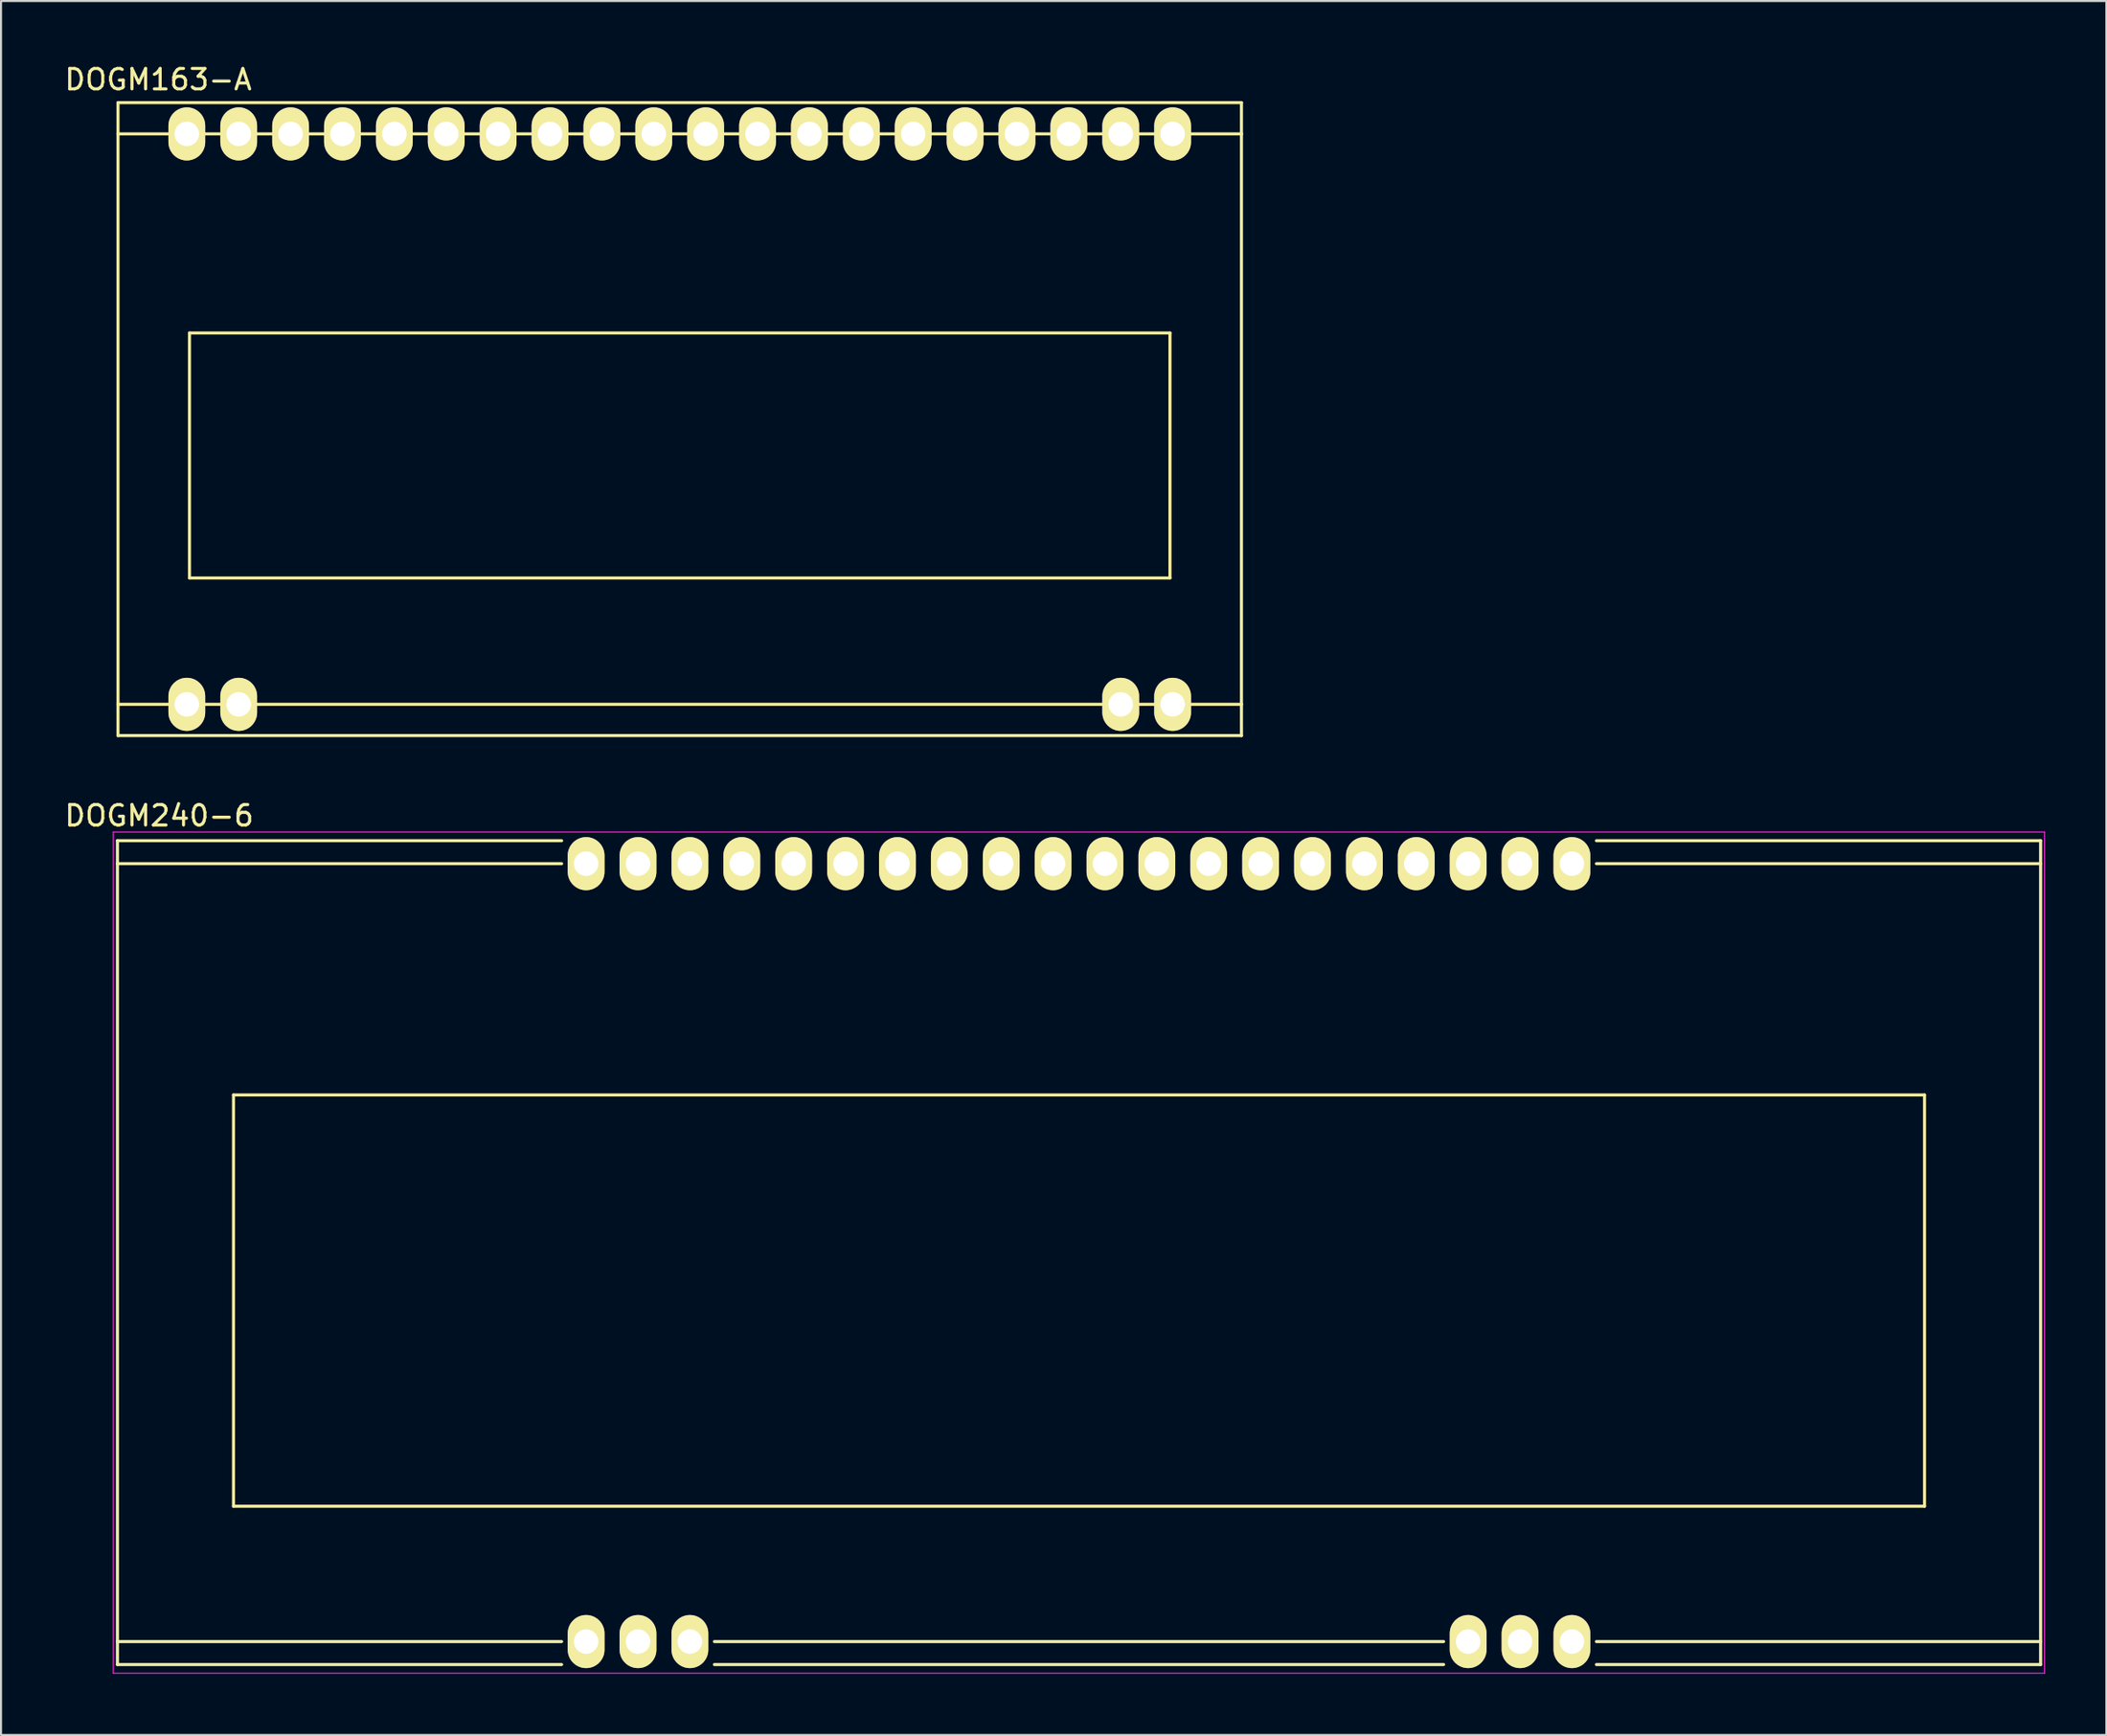
<source format=kicad_pcb>
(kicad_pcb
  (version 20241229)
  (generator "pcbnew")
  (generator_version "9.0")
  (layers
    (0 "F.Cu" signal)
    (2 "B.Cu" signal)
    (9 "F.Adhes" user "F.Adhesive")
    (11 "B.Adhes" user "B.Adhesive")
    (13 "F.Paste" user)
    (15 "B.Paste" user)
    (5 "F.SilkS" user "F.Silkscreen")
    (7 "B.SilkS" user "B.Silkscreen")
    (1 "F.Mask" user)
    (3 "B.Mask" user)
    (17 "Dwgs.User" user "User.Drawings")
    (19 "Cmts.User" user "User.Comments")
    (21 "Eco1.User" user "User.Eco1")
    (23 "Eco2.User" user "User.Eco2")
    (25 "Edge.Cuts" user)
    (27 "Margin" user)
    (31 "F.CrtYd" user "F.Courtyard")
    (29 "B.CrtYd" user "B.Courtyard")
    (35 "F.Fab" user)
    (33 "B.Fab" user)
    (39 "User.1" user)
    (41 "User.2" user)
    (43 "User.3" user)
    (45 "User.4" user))
  (footprint "DOGM240-6"
    (layer "F.Cu")
    (at 25.644 77.352)
    (property "Reference" "DOGM240-6" (at -20.9 -40.45 0) (layer "F.SilkS") (effects (font (size 1 1) (thickness 0.15))))
    (attr through_hole)
    (fp_line (start -22.945 -39.225) (end -1.2 -39.225) (stroke (width 0.15) (type solid)) (layer "F.SilkS"))
    (fp_line (start -22.945 -38.1) (end -1.2 -38.1) (stroke (width 0.15) (type solid)) (layer "F.SilkS"))
    (fp_line (start -22.945 1.125) (end -22.945 -39.225) (stroke (width 0.15) (type solid)) (layer "F.SilkS"))
    (fp_line (start -17.262 -26.773) (end 65.522 -26.773) (stroke (width 0.15) (type solid)) (layer "F.SilkS"))
    (fp_line (start -17.262 -6.628) (end -17.262 -26.773) (stroke (width 0.15) (type solid)) (layer "F.SilkS"))
    (fp_line (start -1.2 0) (end -22.945 0) (stroke (width 0.15) (type solid)) (layer "F.SilkS"))
    (fp_line (start -1.2 1.125) (end -22.945 1.125) (stroke (width 0.15) (type solid)) (layer "F.SilkS"))
    (fp_line (start 6.28 0) (end 41.98 0) (stroke (width 0.15) (type solid)) (layer "F.SilkS"))
    (fp_line (start 6.28 1.125) (end 41.98 1.125) (stroke (width 0.15) (type solid)) (layer "F.SilkS"))
    (fp_line (start 49.46 -39.225) (end 71.205 -39.225) (stroke (width 0.15) (type solid)) (layer "F.SilkS"))
    (fp_line (start 49.46 0) (end 71.205 0) (stroke (width 0.15) (type solid)) (layer "F.SilkS"))
    (fp_line (start 49.46 1.125) (end 71.205 1.125) (stroke (width 0.15) (type solid)) (layer "F.SilkS"))
    (fp_line (start 65.522 -26.773) (end 65.522 -6.628) (stroke (width 0.15) (type solid)) (layer "F.SilkS"))
    (fp_line (start 65.522 -6.628) (end -17.262 -6.628) (stroke (width 0.15) (type solid)) (layer "F.SilkS"))
    (fp_line (start 71.205 -39.225) (end 71.205 1.125) (stroke (width 0.15) (type solid)) (layer "F.SilkS"))
    (fp_line (start 71.205 -38.1) (end 49.46 -38.1) (stroke (width 0.15) (type solid)) (layer "F.SilkS"))
    (fp_line (start -23.15 -39.65) (end -23.15 1.55) (stroke (width 0.05) (type solid)) (layer "F.CrtYd"))
    (fp_line (start -23.15 -39.65) (end 71.4 -39.65) (stroke (width 0.05) (type solid)) (layer "F.CrtYd"))
    (fp_line (start -23.15 1.55) (end 71.4 1.55) (stroke (width 0.05) (type solid)) (layer "F.CrtYd"))
    (fp_line (start 71.4 -39.65) (end 71.4 1.55) (stroke (width 0.05) (type solid)) (layer "F.CrtYd"))
    (pad "1" thru_hole oval (at 0 0) (size 1.8 2.6) (drill 1.2) (layers "*.Cu" "*.Mask" "F.SilkS"))
    (pad "2" thru_hole oval (at 2.54 0) (size 1.8 2.6) (drill 1.2) (layers "*.Cu" "*.Mask" "F.SilkS"))
    (pad "3" thru_hole oval (at 5.08 0) (size 1.8 2.6) (drill 1.2) (layers "*.Cu" "*.Mask" "F.SilkS"))
    (pad "18" thru_hole oval (at 43.18 0) (size 1.8 2.6) (drill 1.2) (layers "*.Cu" "*.Mask" "F.SilkS"))
    (pad "19" thru_hole oval (at 45.72 0) (size 1.8 2.6) (drill 1.2) (layers "*.Cu" "*.Mask" "F.SilkS"))
    (pad "20" thru_hole oval (at 48.26 0) (size 1.8 2.6) (drill 1.2) (layers "*.Cu" "*.Mask" "F.SilkS"))
    (pad "21" thru_hole oval (at 48.26 -38.1) (size 1.8 2.6) (drill 1.2) (layers "*.Cu" "*.Mask" "F.SilkS"))
    (pad "22" thru_hole oval (at 45.72 -38.1) (size 1.8 2.6) (drill 1.2) (layers "*.Cu" "*.Mask" "F.SilkS"))
    (pad "23" thru_hole oval (at 43.18 -38.1) (size 1.8 2.6) (drill 1.2) (layers "*.Cu" "*.Mask" "F.SilkS"))
    (pad "24" thru_hole oval (at 40.64 -38.1) (size 1.8 2.6) (drill 1.2) (layers "*.Cu" "*.Mask" "F.SilkS"))
    (pad "25" thru_hole oval (at 38.1 -38.1) (size 1.8 2.6) (drill 1.2) (layers "*.Cu" "*.Mask" "F.SilkS"))
    (pad "26" thru_hole oval (at 35.56 -38.1) (size 1.8 2.6) (drill 1.2) (layers "*.Cu" "*.Mask" "F.SilkS"))
    (pad "27" thru_hole oval (at 33.02 -38.1) (size 1.8 2.6) (drill 1.2) (layers "*.Cu" "*.Mask" "F.SilkS"))
    (pad "28" thru_hole oval (at 30.48 -38.1) (size 1.8 2.6) (drill 1.2) (layers "*.Cu" "*.Mask" "F.SilkS"))
    (pad "29" thru_hole oval (at 27.94 -38.1) (size 1.8 2.6) (drill 1.2) (layers "*.Cu" "*.Mask" "F.SilkS"))
    (pad "30" thru_hole oval (at 25.4 -38.1) (size 1.8 2.6) (drill 1.2) (layers "*.Cu" "*.Mask" "F.SilkS"))
    (pad "31" thru_hole oval (at 22.86 -38.1) (size 1.8 2.6) (drill 1.2) (layers "*.Cu" "*.Mask" "F.SilkS"))
    (pad "32" thru_hole oval (at 20.32 -38.1) (size 1.8 2.6) (drill 1.2) (layers "*.Cu" "*.Mask" "F.SilkS"))
    (pad "33" thru_hole oval (at 17.78 -38.1) (size 1.8 2.6) (drill 1.2) (layers "*.Cu" "*.Mask" "F.SilkS"))
    (pad "34" thru_hole oval (at 15.24 -38.1) (size 1.8 2.6) (drill 1.2) (layers "*.Cu" "*.Mask" "F.SilkS"))
    (pad "35" thru_hole oval (at 12.7 -38.1) (size 1.8 2.6) (drill 1.2) (layers "*.Cu" "*.Mask" "F.SilkS"))
    (pad "36" thru_hole oval (at 10.16 -38.1) (size 1.8 2.6) (drill 1.2) (layers "*.Cu" "*.Mask" "F.SilkS"))
    (pad "37" thru_hole oval (at 7.62 -38.1) (size 1.8 2.6) (drill 1.2) (layers "*.Cu" "*.Mask" "F.SilkS"))
    (pad "38" thru_hole oval (at 5.08 -38.1) (size 1.8 2.6) (drill 1.2) (layers "*.Cu" "*.Mask" "F.SilkS"))
    (pad "39" thru_hole oval (at 2.54 -38.1) (size 1.8 2.6) (drill 1.2) (layers "*.Cu" "*.Mask" "F.SilkS"))
    (pad "40" thru_hole oval (at 0 -38.1) (size 1.8 2.6) (drill 1.2) (layers "*.Cu" "*.Mask" "F.SilkS")))
  (footprint "DOGM163-A"
    (layer "F.Cu")
    (at 6.096 31.448)
    (property "Reference" "DOGM163-A" (at -1.4 -30.6 0) (layer "F.SilkS") (effects (font (size 1 1) (thickness 0.15))))
    (attr through_hole)
    (fp_line (start -3.37 -29.47) (end -3.37 -27.94) (stroke (width 0.15) (type solid)) (layer "F.SilkS"))
    (fp_line (start -3.37 -29.47) (end 51.63 -29.47) (stroke (width 0.15) (type solid)) (layer "F.SilkS"))
    (fp_line (start -3.37 -27.94) (end 51.63 -27.94) (stroke (width 0.15) (type solid)) (layer "F.SilkS"))
    (fp_line (start -3.37 0) (end -3.37 -27.94) (stroke (width 0.15) (type solid)) (layer "F.SilkS"))
    (fp_line (start -3.37 0) (end -3.37 1.53) (stroke (width 0.15) (type solid)) (layer "F.SilkS"))
    (fp_line (start 0.13 -18.19) (end 48.13 -18.19) (stroke (width 0.15) (type solid)) (layer "F.SilkS"))
    (fp_line (start 0.13 -6.19) (end 0.13 -18.19) (stroke (width 0.15) (type solid)) (layer "F.SilkS"))
    (fp_line (start 48.13 -18.19) (end 48.13 -6.19) (stroke (width 0.15) (type solid)) (layer "F.SilkS"))
    (fp_line (start 48.13 -6.19) (end 0.13 -6.19) (stroke (width 0.15) (type solid)) (layer "F.SilkS"))
    (fp_line (start 51.63 -29.47) (end 51.63 -27.94) (stroke (width 0.15) (type solid)) (layer "F.SilkS"))
    (fp_line (start 51.63 -27.94) (end 51.63 0) (stroke (width 0.15) (type solid)) (layer "F.SilkS"))
    (fp_line (start 51.63 0) (end -3.37 0) (stroke (width 0.15) (type solid)) (layer "F.SilkS"))
    (fp_line (start 51.63 0) (end 51.63 1.53) (stroke (width 0.15) (type solid)) (layer "F.SilkS"))
    (fp_line (start 51.63 1.53) (end -3.37 1.53) (stroke (width 0.15) (type solid)) (layer "F.SilkS"))
    (pad "1" thru_hole oval (at 0 0) (size 1.8 2.6) (drill 1.2) (layers "*.Cu" "*.Mask" "F.SilkS"))
    (pad "2" thru_hole oval (at 2.54 0) (size 1.8 2.6) (drill 1.2) (layers "*.Cu" "*.Mask" "F.SilkS"))
    (pad "19" thru_hole oval (at 45.72 0) (size 1.8 2.6) (drill 1.2) (layers "*.Cu" "*.Mask" "F.SilkS"))
    (pad "20" thru_hole oval (at 48.26 0) (size 1.8 2.6) (drill 1.2) (layers "*.Cu" "*.Mask" "F.SilkS"))
    (pad "21" thru_hole oval (at 48.26 -27.94) (size 1.8 2.6) (drill 1.2) (layers "*.Cu" "*.Mask" "F.SilkS"))
    (pad "22" thru_hole oval (at 45.72 -27.94) (size 1.8 2.6) (drill 1.2) (layers "*.Cu" "*.Mask" "F.SilkS"))
    (pad "23" thru_hole oval (at 43.18 -27.94) (size 1.8 2.6) (drill 1.2) (layers "*.Cu" "*.Mask" "F.SilkS"))
    (pad "24" thru_hole oval (at 40.64 -27.94) (size 1.8 2.6) (drill 1.2) (layers "*.Cu" "*.Mask" "F.SilkS"))
    (pad "25" thru_hole oval (at 38.1 -27.94) (size 1.8 2.6) (drill 1.2) (layers "*.Cu" "*.Mask" "F.SilkS"))
    (pad "26" thru_hole oval (at 35.56 -27.94) (size 1.8 2.6) (drill 1.2) (layers "*.Cu" "*.Mask" "F.SilkS"))
    (pad "27" thru_hole oval (at 33.02 -27.94) (size 1.8 2.6) (drill 1.2) (layers "*.Cu" "*.Mask" "F.SilkS"))
    (pad "28" thru_hole oval (at 30.48 -27.94) (size 1.8 2.6) (drill 1.2) (layers "*.Cu" "*.Mask" "F.SilkS"))
    (pad "29" thru_hole oval (at 27.94 -27.94) (size 1.8 2.6) (drill 1.2) (layers "*.Cu" "*.Mask" "F.SilkS"))
    (pad "30" thru_hole oval (at 25.4 -27.94) (size 1.8 2.6) (drill 1.2) (layers "*.Cu" "*.Mask" "F.SilkS"))
    (pad "31" thru_hole oval (at 22.86 -27.94) (size 1.8 2.6) (drill 1.2) (layers "*.Cu" "*.Mask" "F.SilkS"))
    (pad "32" thru_hole oval (at 20.32 -27.94) (size 1.8 2.6) (drill 1.2) (layers "*.Cu" "*.Mask" "F.SilkS"))
    (pad "33" thru_hole oval (at 17.78 -27.94) (size 1.8 2.6) (drill 1.2) (layers "*.Cu" "*.Mask" "F.SilkS"))
    (pad "34" thru_hole oval (at 15.24 -27.94) (size 1.8 2.6) (drill 1.2) (layers "*.Cu" "*.Mask" "F.SilkS"))
    (pad "35" thru_hole oval (at 12.7 -27.94) (size 1.8 2.6) (drill 1.2) (layers "*.Cu" "*.Mask" "F.SilkS"))
    (pad "36" thru_hole oval (at 10.16 -27.94) (size 1.8 2.6) (drill 1.2) (layers "*.Cu" "*.Mask" "F.SilkS"))
    (pad "37" thru_hole oval (at 7.62 -27.94) (size 1.8 2.6) (drill 1.2) (layers "*.Cu" "*.Mask" "F.SilkS"))
    (pad "38" thru_hole oval (at 5.08 -27.94) (size 1.8 2.6) (drill 1.2) (layers "*.Cu" "*.Mask" "F.SilkS"))
    (pad "39" thru_hole oval (at 2.54 -27.94) (size 1.8 2.6) (drill 1.2) (layers "*.Cu" "*.Mask" "F.SilkS"))
    (pad "40" thru_hole oval (at 0 -27.94) (size 1.8 2.6) (drill 1.2) (layers "*.Cu" "*.Mask" "F.SilkS")))
  (gr_rect
    (start -3 -3)
    (end 100.069 81.927)
    (stroke (width 0.1) (type default))
    (fill no)
    (layer "Edge.Cuts")))
</source>
